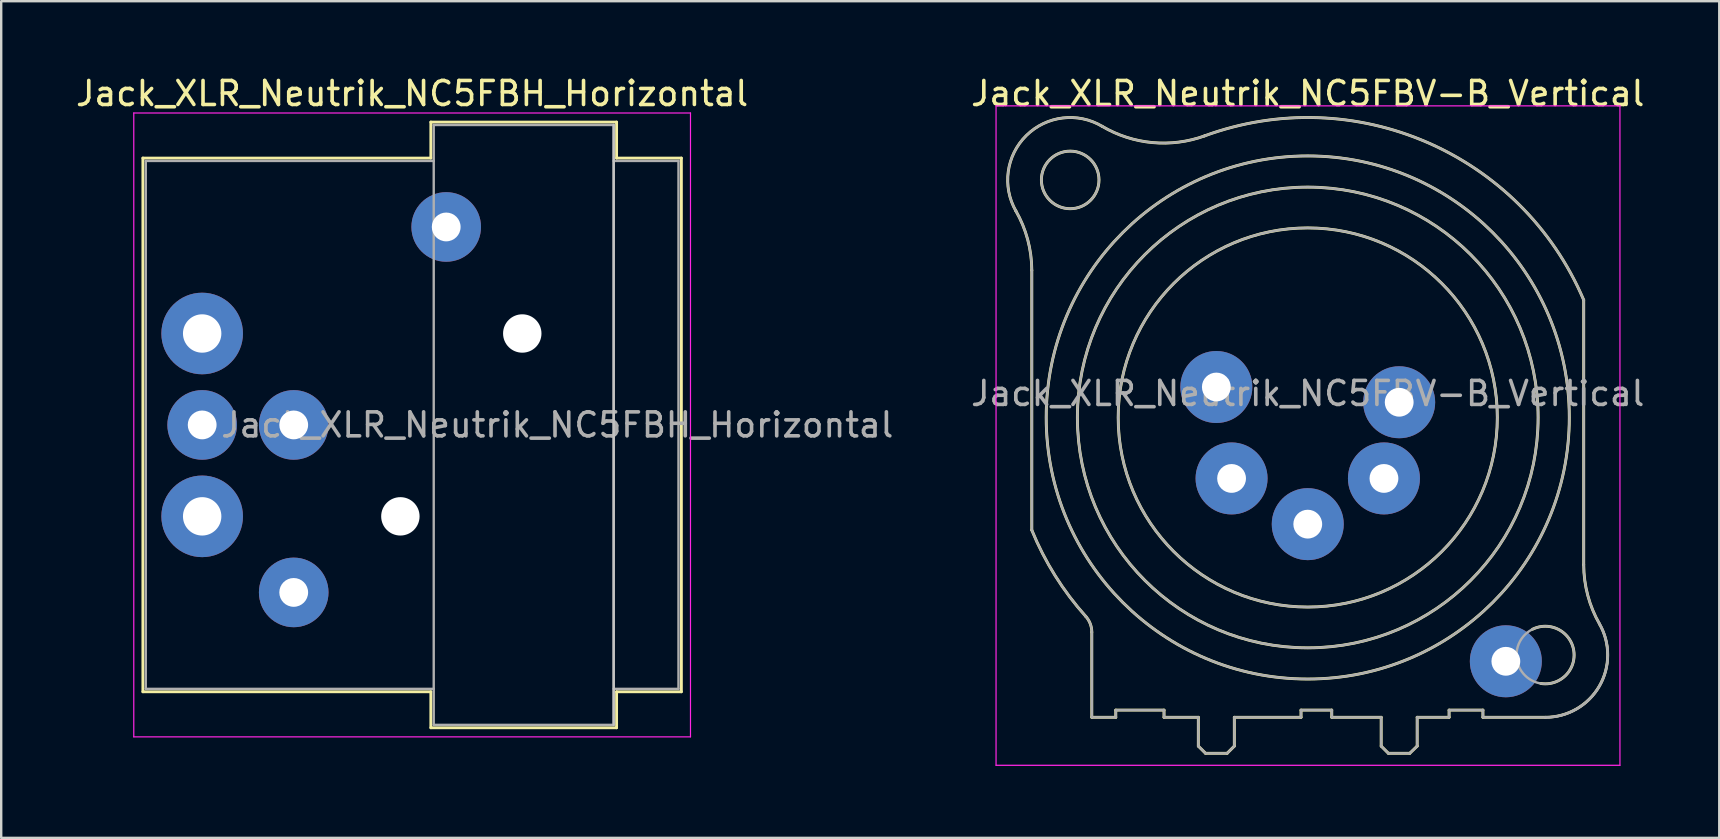
<source format=kicad_pcb>
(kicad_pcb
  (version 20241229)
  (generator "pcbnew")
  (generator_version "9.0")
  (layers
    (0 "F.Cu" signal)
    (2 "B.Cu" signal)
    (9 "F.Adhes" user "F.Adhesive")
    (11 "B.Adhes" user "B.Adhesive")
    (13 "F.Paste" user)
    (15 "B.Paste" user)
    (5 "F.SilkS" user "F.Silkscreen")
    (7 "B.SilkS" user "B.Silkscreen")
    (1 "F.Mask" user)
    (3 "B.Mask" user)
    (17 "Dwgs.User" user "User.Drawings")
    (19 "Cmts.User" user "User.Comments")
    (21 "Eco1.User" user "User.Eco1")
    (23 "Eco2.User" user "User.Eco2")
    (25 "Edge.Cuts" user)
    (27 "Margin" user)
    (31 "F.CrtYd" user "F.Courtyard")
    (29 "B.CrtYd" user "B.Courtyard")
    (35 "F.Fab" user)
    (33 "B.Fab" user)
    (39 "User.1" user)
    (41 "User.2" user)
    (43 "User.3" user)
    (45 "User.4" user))
  (footprint "Jack_XLR_Neutrik_NC5FBH_Horizontal"
    (layer "F.Cu")
    (at 5.375 10.848)
    (property "Reference" "Jack_XLR_Neutrik_NC5FBH_Horizontal" (at 8.75 -10 0) (layer "F.SilkS") (effects (font (size 1 1) (thickness 0.15))))
    (attr through_hole)
    (fp_line (start -2.47 -7.31) (end -2.47 14.93) (stroke (width 0.12) (type solid)) (layer "F.SilkS"))
    (fp_line (start 9.53 -7.31) (end -2.47 -7.31) (stroke (width 0.12) (type solid)) (layer "F.SilkS"))
    (fp_line (start 9.53 -7.31) (end 9.53 -8.81) (stroke (width 0.12) (type solid)) (layer "F.SilkS"))
    (fp_line (start 9.53 14.93) (end -2.47 14.93) (stroke (width 0.12) (type solid)) (layer "F.SilkS"))
    (fp_line (start 9.53 16.43) (end 9.53 14.93) (stroke (width 0.12) (type solid)) (layer "F.SilkS"))
    (fp_line (start 17.27 -8.81) (end 9.53 -8.81) (stroke (width 0.12) (type solid)) (layer "F.SilkS"))
    (fp_line (start 17.27 -8.81) (end 17.27 -7.31) (stroke (width 0.12) (type solid)) (layer "F.SilkS"))
    (fp_line (start 17.27 -7.31) (end 19.97 -7.31) (stroke (width 0.12) (type solid)) (layer "F.SilkS"))
    (fp_line (start 17.27 14.93) (end 17.27 16.43) (stroke (width 0.12) (type solid)) (layer "F.SilkS"))
    (fp_line (start 17.27 14.93) (end 19.97 14.93) (stroke (width 0.12) (type solid)) (layer "F.SilkS"))
    (fp_line (start 17.27 16.43) (end 9.53 16.43) (stroke (width 0.12) (type solid)) (layer "F.SilkS"))
    (fp_line (start 19.97 -7.31) (end 19.97 14.93) (stroke (width 0.12) (type solid)) (layer "F.SilkS"))
    (fp_line (start 17.15 -8.69) (end 17.15 16.31) (stroke (width 0.1) (type solid)) (layer "Dwgs.User"))
    (fp_line (start -2.85 -9.19) (end -2.85 16.81) (stroke (width 0.05) (type solid)) (layer "F.CrtYd"))
    (fp_line (start 20.35 -9.19) (end -2.85 -9.19) (stroke (width 0.05) (type solid)) (layer "F.CrtYd"))
    (fp_line (start 20.35 -9.19) (end 20.35 16.81) (stroke (width 0.05) (type solid)) (layer "F.CrtYd"))
    (fp_line (start 20.35 16.81) (end -2.85 16.81) (stroke (width 0.05) (type solid)) (layer "F.CrtYd"))
    (fp_line (start -2.35 -7.19) (end -2.35 14.81) (stroke (width 0.1) (type solid)) (layer "F.Fab"))
    (fp_line (start -2.35 14.81) (end 9.65 14.81) (stroke (width 0.1) (type solid)) (layer "F.Fab"))
    (fp_line (start 9.65 -8.69) (end 17.15 -8.69) (stroke (width 0.1) (type solid)) (layer "F.Fab"))
    (fp_line (start 9.65 -7.19) (end -2.35 -7.19) (stroke (width 0.1) (type solid)) (layer "F.Fab"))
    (fp_line (start 9.65 16.31) (end 9.65 -8.69) (stroke (width 0.1) (type solid)) (layer "F.Fab"))
    (fp_line (start 17.15 -8.69) (end 17.15 16.31) (stroke (width 0.1) (type solid)) (layer "F.Fab"))
    (fp_line (start 17.15 -7.19) (end 19.85 -7.19) (stroke (width 0.1) (type solid)) (layer "F.Fab"))
    (fp_line (start 17.15 16.31) (end 9.65 16.31) (stroke (width 0.1) (type solid)) (layer "F.Fab"))
    (fp_line (start 19.85 -7.19) (end 19.85 14.81) (stroke (width 0.1) (type solid)) (layer "F.Fab"))
    (fp_line (start 19.85 14.81) (end 17.15 14.81) (stroke (width 0.1) (type solid)) (layer "F.Fab"))
    (fp_text user "${REFERENCE}" (at 14.8 3.81 0) (layer "F.Fab") (effects (font (size 1 1) (thickness 0.15))))
    (pad "" np_thru_hole circle (at 8.26 7.62) (size 1.6 1.6) (drill 1.6) (layers "*.Cu" "*.Mask"))
    (pad "" np_thru_hole circle (at 13.34 0) (size 1.6 1.6) (drill 1.6) (layers "*.Cu" "*.Mask"))
    (pad "1" thru_hole circle (at 0 0) (size 3.4 3.4) (drill 1.6) (layers "*.Cu" "*.Mask"))
    (pad "2" thru_hole circle (at 3.815 3.81) (size 2.9 2.9) (drill 1.2) (layers "*.Cu" "*.Mask"))
    (pad "3" thru_hole circle (at 0 3.81) (size 2.9 2.9) (drill 1.2) (layers "*.Cu" "*.Mask"))
    (pad "4" thru_hole circle (at 3.815 10.79) (size 2.9 2.9) (drill 1.2) (layers "*.Cu" "*.Mask"))
    (pad "5" thru_hole circle (at 0 7.62) (size 3.4 3.4) (drill 1.6) (layers "*.Cu" "*.Mask"))
    (pad "G" thru_hole circle (at 10.17 -4.44) (size 2.9 2.9) (drill 1.2) (layers "*.Cu" "*.Mask")))
  (footprint "Jack_XLR_Neutrik_NC5FBV-B_Vertical"
    (layer "F.Cu")
    (at 55.259 13.713)
    (property "Reference" "Jack_XLR_Neutrik_NC5FBV-B_Vertical" (at -3.81 -12.865 0) (layer "F.SilkS") (effects (font (size 1 1) (thickness 0.15))))
    (attr through_hole)
    (fp_line (start -15.31 -5.5) (end -15.31 5.33) (stroke (width 0.12) (type solid)) (layer "F.SilkS"))
    (fp_line (start -12.81 9.58) (end -12.81 13.13) (stroke (width 0.12) (type solid)) (layer "F.SilkS"))
    (fp_line (start -11.81 12.83) (end -11.81 13.13) (stroke (width 0.12) (type solid)) (layer "F.SilkS"))
    (fp_line (start -11.81 12.83) (end -9.8 12.83) (stroke (width 0.12) (type solid)) (layer "F.SilkS"))
    (fp_line (start -11.81 13.13) (end -12.81 13.13) (stroke (width 0.12) (type solid)) (layer "F.SilkS"))
    (fp_line (start -9.8 12.83) (end -9.8 13.13) (stroke (width 0.12) (type solid)) (layer "F.SilkS"))
    (fp_line (start -8.37 13.13) (end -9.8 13.13) (stroke (width 0.12) (type solid)) (layer "F.SilkS"))
    (fp_line (start -8.37 13.13) (end -8.37 14.33) (stroke (width 0.12) (type solid)) (layer "F.SilkS"))
    (fp_line (start -8.37 14.33) (end -8.07 14.63) (stroke (width 0.12) (type solid)) (layer "F.SilkS"))
    (fp_line (start -8.07 14.63) (end -7.17 14.63) (stroke (width 0.12) (type solid)) (layer "F.SilkS"))
    (fp_line (start -6.87 13.13) (end -6.87 14.33) (stroke (width 0.12) (type solid)) (layer "F.SilkS"))
    (fp_line (start -6.87 14.33) (end -7.17 14.63) (stroke (width 0.12) (type solid)) (layer "F.SilkS"))
    (fp_line (start -4.09 12.83) (end -4.09 13.13) (stroke (width 0.12) (type solid)) (layer "F.SilkS"))
    (fp_line (start -4.09 12.83) (end -2.81 12.83) (stroke (width 0.12) (type solid)) (layer "F.SilkS"))
    (fp_line (start -4.09 13.13) (end -6.87 13.13) (stroke (width 0.12) (type solid)) (layer "F.SilkS"))
    (fp_line (start -2.81 12.83) (end -2.81 13.13) (stroke (width 0.12) (type solid)) (layer "F.SilkS"))
    (fp_line (start -0.75 13.13) (end -2.81 13.13) (stroke (width 0.12) (type solid)) (layer "F.SilkS"))
    (fp_line (start -0.75 13.13) (end -0.75 14.33) (stroke (width 0.12) (type solid)) (layer "F.SilkS"))
    (fp_line (start -0.75 14.33) (end -0.45 14.63) (stroke (width 0.12) (type solid)) (layer "F.SilkS"))
    (fp_line (start -0.45 14.63) (end 0.44 14.63) (stroke (width 0.12) (type solid)) (layer "F.SilkS"))
    (fp_line (start 0.75 13.13) (end 0.75 14.33) (stroke (width 0.12) (type solid)) (layer "F.SilkS"))
    (fp_line (start 0.75 14.33) (end 0.44 14.63) (stroke (width 0.12) (type solid)) (layer "F.SilkS"))
    (fp_line (start 2.08 12.83) (end 2.08 13.13) (stroke (width 0.12) (type solid)) (layer "F.SilkS"))
    (fp_line (start 2.08 12.83) (end 3.49 12.83) (stroke (width 0.12) (type solid)) (layer "F.SilkS"))
    (fp_line (start 2.08 13.13) (end 0.75 13.13) (stroke (width 0.12) (type solid)) (layer "F.SilkS"))
    (fp_line (start 3.49 12.83) (end 3.49 13.13) (stroke (width 0.12) (type solid)) (layer "F.SilkS"))
    (fp_line (start 6.09 13.13) (end 3.49 13.13) (stroke (width 0.12) (type solid)) (layer "F.SilkS"))
    (fp_line (start 7.69 6.77) (end 7.69 -4.26) (stroke (width 0.12) (type solid)) (layer "F.SilkS"))
    (fp_arc (start -15.978065 -7.979621) (mid -15.482459 -6.783342) (end -15.31 -5.5) (stroke (width 0.12) (type solid)) (layer "F.SilkS"))
    (fp_arc (start -15.970602 -7.965327) (mid -15.537562 -11.11648) (end -12.38 -11.5) (stroke (width 0.12) (type solid)) (layer "F.SilkS"))
    (fp_arc (start -13.064011 8.921714) (mid -12.875705 9.227203) (end -12.81 9.58) (stroke (width 0.12) (type solid)) (layer "F.SilkS"))
    (fp_arc (start -13.054249 8.9318) (mid -14.337308 7.228089) (end -15.31 5.33) (stroke (width 0.12) (type solid)) (layer "F.SilkS"))
    (fp_arc (start -8.116912 -11.097925) (mid 1.152301 -10.83612) (end 7.69 -4.26) (stroke (width 0.12) (type solid)) (layer "F.SilkS"))
    (fp_arc (start -8.098974 -11.103419) (mid -10.283992 -10.821287) (end -12.38 -11.5) (stroke (width 0.12) (type solid)) (layer "F.SilkS"))
    (fp_arc (start 5.554673 9.460872) (mid 7.276356 10.353655) (end 5.9 11.72) (stroke (width 0.12) (type solid)) (layer "F.SilkS"))
    (fp_arc (start 8.348442 9.241807) (mid 8.338255 11.83589) (end 6.09 13.13) (stroke (width 0.12) (type solid)) (layer "F.SilkS"))
    (fp_arc (start 8.351797 9.24598) (mid 7.859562 8.051113) (end 7.69 6.77) (stroke (width 0.12) (type solid)) (layer "F.SilkS"))
    (fp_circle (center -13.71 -9.265) (end -12.51 -9.265) (stroke (width 0.12) (type solid)) (fill no) (layer "F.SilkS"))
    (fp_circle (center -3.81 0.635) (end 4.09 0.635) (stroke (width 0.12) (type solid)) (fill no) (layer "F.SilkS"))
    (fp_circle (center -3.81 0.635) (end 5.79 0.635) (stroke (width 0.12) (type solid)) (fill no) (layer "F.SilkS"))
    (fp_circle (center -3.81 0.635) (end 7.09 0.635) (stroke (width 0.12) (type solid)) (fill no) (layer "F.SilkS"))
    (fp_line (start -16.8 -12.35) (end 9.2 -12.35) (stroke (width 0.05) (type solid)) (layer "F.CrtYd"))
    (fp_line (start -16.8 15.13) (end -16.8 -12.35) (stroke (width 0.05) (type solid)) (layer "F.CrtYd"))
    (fp_line (start 9.2 -12.35) (end 9.2 15.13) (stroke (width 0.05) (type solid)) (layer "F.CrtYd"))
    (fp_line (start 9.2 15.13) (end -16.8 15.13) (stroke (width 0.05) (type solid)) (layer "F.CrtYd"))
    (fp_line (start -15.31 -5.5) (end -15.31 5.33) (stroke (width 0.1) (type solid)) (layer "F.Fab"))
    (fp_line (start -12.81 9.58) (end -12.81 13.13) (stroke (width 0.1) (type solid)) (layer "F.Fab"))
    (fp_line (start -11.81 12.83) (end -11.81 13.13) (stroke (width 0.1) (type solid)) (layer "F.Fab"))
    (fp_line (start -11.81 12.83) (end -9.8 12.83) (stroke (width 0.1) (type solid)) (layer "F.Fab"))
    (fp_line (start -11.81 13.13) (end -12.81 13.13) (stroke (width 0.1) (type solid)) (layer "F.Fab"))
    (fp_line (start -9.8 12.83) (end -9.8 13.13) (stroke (width 0.1) (type solid)) (layer "F.Fab"))
    (fp_line (start -8.37 13.13) (end -9.8 13.13) (stroke (width 0.1) (type solid)) (layer "F.Fab"))
    (fp_line (start -8.37 13.13) (end -8.37 14.33) (stroke (width 0.1) (type solid)) (layer "F.Fab"))
    (fp_line (start -8.37 14.33) (end -8.07 14.63) (stroke (width 0.1) (type solid)) (layer "F.Fab"))
    (fp_line (start -8.07 14.63) (end -7.17 14.63) (stroke (width 0.1) (type solid)) (layer "F.Fab"))
    (fp_line (start -6.87 13.13) (end -6.87 14.33) (stroke (width 0.1) (type solid)) (layer "F.Fab"))
    (fp_line (start -6.87 14.33) (end -7.17 14.63) (stroke (width 0.1) (type solid)) (layer "F.Fab"))
    (fp_line (start -4.09 12.83) (end -4.09 13.13) (stroke (width 0.1) (type solid)) (layer "F.Fab"))
    (fp_line (start -4.09 12.83) (end -2.81 12.83) (stroke (width 0.1) (type solid)) (layer "F.Fab"))
    (fp_line (start -4.09 13.13) (end -6.87 13.13) (stroke (width 0.1) (type solid)) (layer "F.Fab"))
    (fp_line (start -2.81 12.83) (end -2.81 13.13) (stroke (width 0.1) (type solid)) (layer "F.Fab"))
    (fp_line (start -0.75 13.13) (end -2.81 13.13) (stroke (width 0.1) (type solid)) (layer "F.Fab"))
    (fp_line (start -0.75 13.13) (end -0.75 14.33) (stroke (width 0.1) (type solid)) (layer "F.Fab"))
    (fp_line (start -0.75 14.33) (end -0.45 14.63) (stroke (width 0.1) (type solid)) (layer "F.Fab"))
    (fp_line (start -0.45 14.63) (end 0.44 14.63) (stroke (width 0.1) (type solid)) (layer "F.Fab"))
    (fp_line (start 0.75 13.13) (end 0.75 14.33) (stroke (width 0.1) (type solid)) (layer "F.Fab"))
    (fp_line (start 0.75 14.33) (end 0.44 14.63) (stroke (width 0.1) (type solid)) (layer "F.Fab"))
    (fp_line (start 2.08 12.83) (end 2.08 13.13) (stroke (width 0.1) (type solid)) (layer "F.Fab"))
    (fp_line (start 2.08 12.83) (end 3.49 12.83) (stroke (width 0.1) (type solid)) (layer "F.Fab"))
    (fp_line (start 2.08 13.13) (end 0.75 13.13) (stroke (width 0.1) (type solid)) (layer "F.Fab"))
    (fp_line (start 3.49 12.83) (end 3.49 13.13) (stroke (width 0.1) (type solid)) (layer "F.Fab"))
    (fp_line (start 6.09 13.13) (end 3.49 13.13) (stroke (width 0.1) (type solid)) (layer "F.Fab"))
    (fp_line (start 7.69 6.77) (end 7.69 -4.26) (stroke (width 0.1) (type solid)) (layer "F.Fab"))
    (fp_arc (start -15.978065 -7.979621) (mid -15.482459 -6.783342) (end -15.31 -5.5) (stroke (width 0.1) (type solid)) (layer "F.Fab"))
    (fp_arc (start -15.970602 -7.965327) (mid -15.537562 -11.11648) (end -12.38 -11.5) (stroke (width 0.1) (type solid)) (layer "F.Fab"))
    (fp_arc (start -13.064011 8.921714) (mid -12.875705 9.227203) (end -12.81 9.58) (stroke (width 0.1) (type solid)) (layer "F.Fab"))
    (fp_arc (start -13.054249 8.9318) (mid -14.337308 7.228089) (end -15.31 5.33) (stroke (width 0.1) (type solid)) (layer "F.Fab"))
    (fp_arc (start -8.116912 -11.097925) (mid 1.152301 -10.83612) (end 7.69 -4.26) (stroke (width 0.1) (type solid)) (layer "F.Fab"))
    (fp_arc (start -8.098974 -11.103419) (mid -10.283992 -10.821287) (end -12.38 -11.5) (stroke (width 0.1) (type solid)) (layer "F.Fab"))
    (fp_arc (start 8.3 9.151) (mid 8.36753 11.794357) (end 6.088337 13.134945) (stroke (width 0.1) (type solid)) (layer "F.Fab"))
    (fp_arc (start 8.348442 9.241807) (mid 8.338255 11.83589) (end 6.09 13.13) (stroke (width 0.1) (type solid)) (layer "F.Fab"))
    (fp_arc (start 8.351797 9.24598) (mid 7.859562 8.051113) (end 7.69 6.77) (stroke (width 0.1) (type solid)) (layer "F.Fab"))
    (fp_circle (center -13.71 -9.265) (end -12.51 -9.265) (stroke (width 0.1) (type solid)) (fill no) (layer "F.Fab"))
    (fp_circle (center -3.81 0.635) (end 4.09 0.635) (stroke (width 0.1) (type solid)) (fill no) (layer "F.Fab"))
    (fp_circle (center -3.81 0.635) (end 5.79 0.635) (stroke (width 0.1) (type solid)) (fill no) (layer "F.Fab"))
    (fp_circle (center -3.81 0.635) (end 7.09 0.635) (stroke (width 0.1) (type solid)) (fill no) (layer "F.Fab"))
    (fp_circle (center 6.09 10.535) (end 7.29 10.535) (stroke (width 0.1) (type solid)) (fill no) (layer "F.Fab"))
    (fp_text user "${REFERENCE}" (at -3.81 -0.365 0) (layer "F.Fab") (effects (font (size 1 1) (thickness 0.15))))
    (pad "1" thru_hole circle (at 0 0) (size 3 3) (drill 1.2) (layers "*.Cu" "*.Mask"))
    (pad "2" thru_hole circle (at -0.635 3.175) (size 3 3) (drill 1.2) (layers "*.Cu" "*.Mask"))
    (pad "3" thru_hole circle (at -3.81 5.08) (size 3 3) (drill 1.2) (layers "*.Cu" "*.Mask"))
    (pad "4" thru_hole circle (at -6.985 3.175) (size 3 3) (drill 1.2) (layers "*.Cu" "*.Mask"))
    (pad "5" thru_hole circle (at -7.62 -0.635) (size 3 3) (drill 1.2) (layers "*.Cu" "*.Mask"))
    (pad "G" thru_hole circle (at 4.445 10.795) (size 3 3) (drill 1.2) (layers "*.Cu" "*.Mask")))
  (gr_rect
    (start -3 -3)
    (end 68.598 31.868)
    (stroke (width 0.1) (type default))
    (fill no)
    (layer "Edge.Cuts")))
</source>
